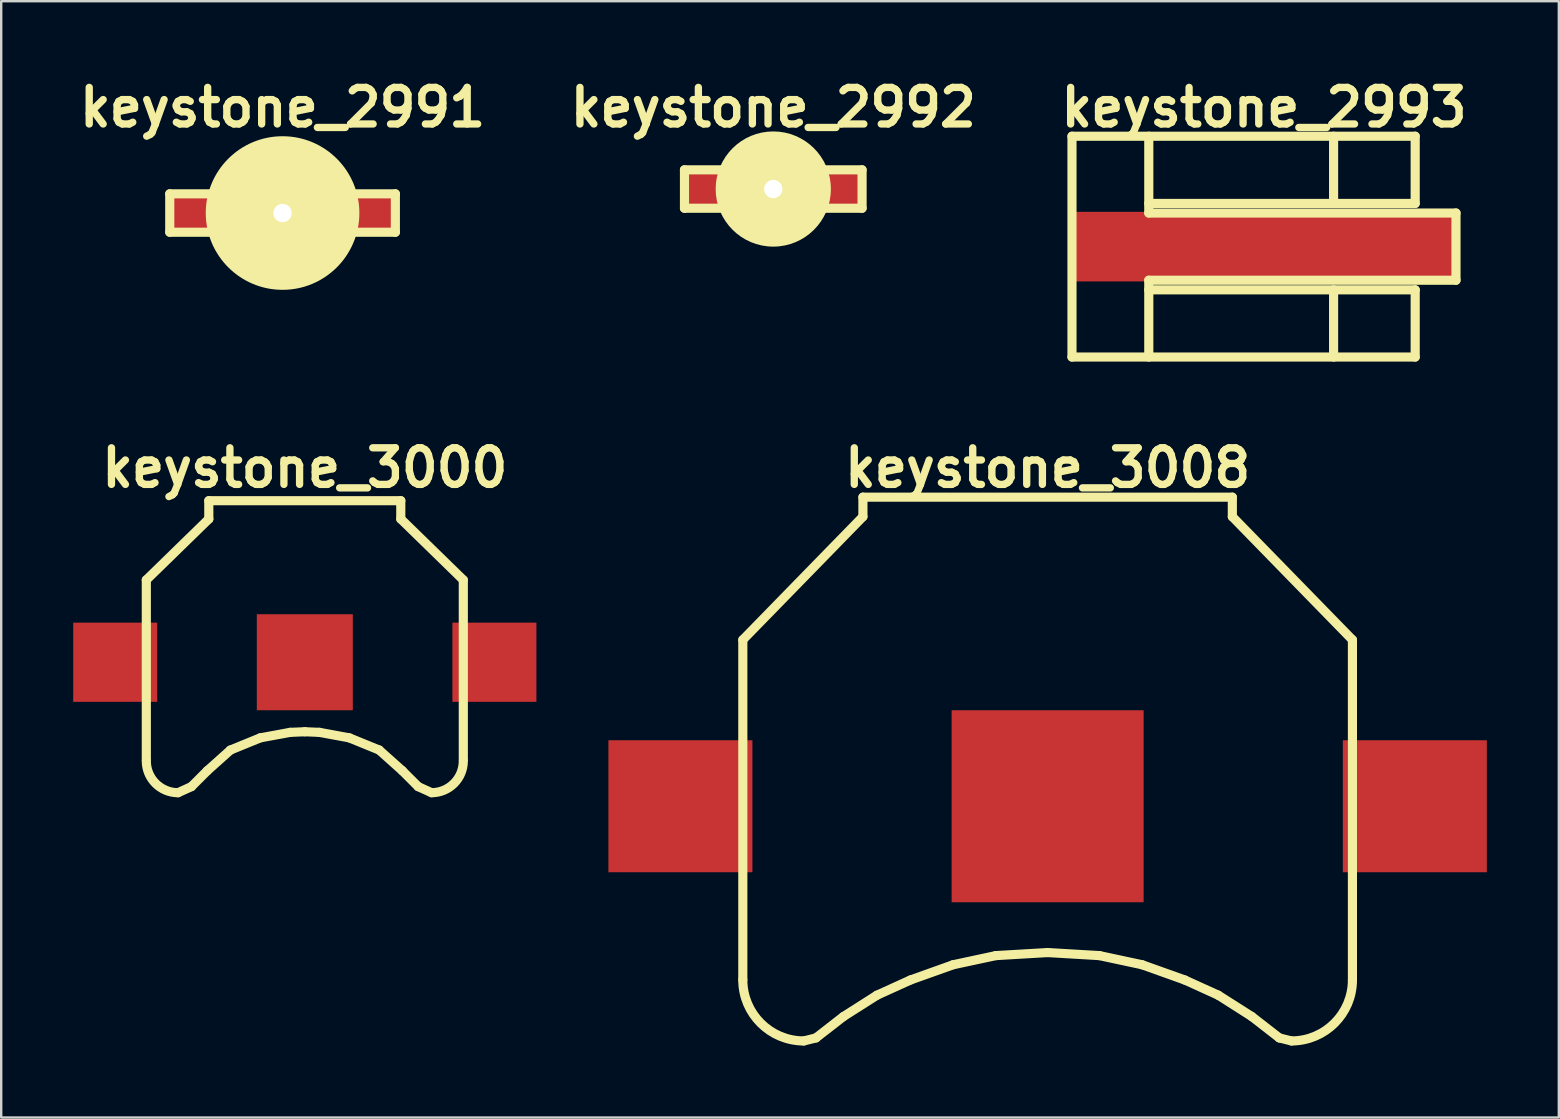
<source format=kicad_pcb>
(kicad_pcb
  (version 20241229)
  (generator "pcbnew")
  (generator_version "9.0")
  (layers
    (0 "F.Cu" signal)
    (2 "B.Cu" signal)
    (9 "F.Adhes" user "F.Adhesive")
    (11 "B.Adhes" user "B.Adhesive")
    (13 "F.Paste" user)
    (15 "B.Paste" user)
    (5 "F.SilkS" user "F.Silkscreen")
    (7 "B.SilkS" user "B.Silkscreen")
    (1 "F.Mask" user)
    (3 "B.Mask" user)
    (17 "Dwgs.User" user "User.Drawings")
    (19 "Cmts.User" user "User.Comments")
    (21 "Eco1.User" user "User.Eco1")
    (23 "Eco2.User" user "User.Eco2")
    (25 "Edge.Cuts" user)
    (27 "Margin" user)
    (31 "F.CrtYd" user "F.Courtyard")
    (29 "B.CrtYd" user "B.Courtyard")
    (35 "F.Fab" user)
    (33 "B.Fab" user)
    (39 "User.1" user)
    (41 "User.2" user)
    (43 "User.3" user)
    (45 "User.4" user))
  (footprint "keystone_2993"
    (layer "F.Cu")
    (at 49.615 7.226)
    (property "Reference" "keystone_2993" (at 0 -5.8 0) (layer "F.SilkS") (effects (font (size 1.524 1.524) (thickness 0.305))))
    (attr smd)
    (fp_line (start -8 -4.6) (end -8 4.6) (stroke (width 0.381) (type solid)) (layer "F.SilkS"))
    (fp_line (start -8 -4.6) (end 6.3 -4.6) (stroke (width 0.381) (type solid)) (layer "F.SilkS"))
    (fp_line (start -4.8 -1.4) (end -4.8 -4.6) (stroke (width 0.381) (type solid)) (layer "F.SilkS"))
    (fp_line (start -4.8 -1.4) (end 8 -1.4) (stroke (width 0.381) (type solid)) (layer "F.SilkS"))
    (fp_line (start -4.8 1.4) (end -4.8 4.6) (stroke (width 0.381) (type solid)) (layer "F.SilkS"))
    (fp_line (start 2.9 -1.8) (end 2.9 -4.6) (stroke (width 0.381) (type solid)) (layer "F.SilkS"))
    (fp_line (start 2.9 1.8) (end 2.9 4.6) (stroke (width 0.381) (type solid)) (layer "F.SilkS"))
    (fp_line (start 6.3 -4.6) (end 6.3 -1.8) (stroke (width 0.381) (type solid)) (layer "F.SilkS"))
    (fp_line (start 6.3 -1.8) (end -4.8 -1.8) (stroke (width 0.381) (type solid)) (layer "F.SilkS"))
    (fp_line (start 6.3 1.8) (end -4.8 1.8) (stroke (width 0.381) (type solid)) (layer "F.SilkS"))
    (fp_line (start 6.3 4.6) (end -8 4.6) (stroke (width 0.381) (type solid)) (layer "F.SilkS"))
    (fp_line (start 6.3 4.6) (end 6.3 1.8) (stroke (width 0.381) (type solid)) (layer "F.SilkS"))
    (fp_line (start 8 -1.4) (end 8 1.4) (stroke (width 0.381) (type solid)) (layer "F.SilkS"))
    (fp_line (start 8 1.4) (end -4.8 1.4) (stroke (width 0.381) (type solid)) (layer "F.SilkS"))
    (pad "1" smd rect (at 0 0) (size 16 2.9) (layers "F.Cu" "F.Mask" "F.Paste")))
  (footprint "keystone_3008"
    (layer "F.Cu")
    (at 40.6 30.543)
    (property "Reference" "keystone_3008" (at 0 -14.1 0) (layer "F.SilkS") (effects (font (size 1.524 1.524) (thickness 0.305))))
    (attr smd)
    (fp_line (start -12.7 -6.934) (end -12.7 7.214) (stroke (width 0.381) (type solid)) (layer "F.SilkS"))
    (fp_line (start -10.16 9.779) (end -9.652 9.652) (stroke (width 0.381) (type solid)) (layer "F.SilkS"))
    (fp_line (start -9.652 9.652) (end -8.509 8.763) (stroke (width 0.381) (type solid)) (layer "F.SilkS"))
    (fp_line (start -8.509 8.763) (end -7.112 7.874) (stroke (width 0.381) (type solid)) (layer "F.SilkS"))
    (fp_line (start -7.696 -12.878) (end -7.696 -12.065) (stroke (width 0.381) (type solid)) (layer "F.SilkS"))
    (fp_line (start -7.696 -12.878) (end 7.696 -12.878) (stroke (width 0.381) (type solid)) (layer "F.SilkS"))
    (fp_line (start -7.696 -12.065) (end -12.7 -6.934) (stroke (width 0.381) (type solid)) (layer "F.SilkS"))
    (fp_line (start -7.112 7.874) (end -5.715 7.239) (stroke (width 0.381) (type solid)) (layer "F.SilkS"))
    (fp_line (start -5.715 7.239) (end -3.937 6.604) (stroke (width 0.381) (type solid)) (layer "F.SilkS"))
    (fp_line (start -3.937 6.604) (end -2.159 6.223) (stroke (width 0.381) (type solid)) (layer "F.SilkS"))
    (fp_line (start -2.159 6.223) (end 0 6.096) (stroke (width 0.381) (type solid)) (layer "F.SilkS"))
    (fp_line (start 0 6.096) (end 2.159 6.223) (stroke (width 0.381) (type solid)) (layer "F.SilkS"))
    (fp_line (start 2.159 6.223) (end 3.937 6.604) (stroke (width 0.381) (type solid)) (layer "F.SilkS"))
    (fp_line (start 3.937 6.604) (end 5.715 7.239) (stroke (width 0.381) (type solid)) (layer "F.SilkS"))
    (fp_line (start 5.715 7.239) (end 7.112 7.874) (stroke (width 0.381) (type solid)) (layer "F.SilkS"))
    (fp_line (start 7.112 7.874) (end 8.509 8.763) (stroke (width 0.381) (type solid)) (layer "F.SilkS"))
    (fp_line (start 7.696 -12.878) (end 7.696 -12.065) (stroke (width 0.381) (type solid)) (layer "F.SilkS"))
    (fp_line (start 7.696 -12.065) (end 12.7 -6.934) (stroke (width 0.381) (type solid)) (layer "F.SilkS"))
    (fp_line (start 8.509 8.763) (end 9.652 9.652) (stroke (width 0.381) (type solid)) (layer "F.SilkS"))
    (fp_line (start 9.652 9.652) (end 10.16 9.779) (stroke (width 0.381) (type solid)) (layer "F.SilkS"))
    (fp_line (start 12.7 -6.934) (end 12.7 7.214) (stroke (width 0.381) (type solid)) (layer "F.SilkS"))
    (fp_arc (start -10.16 9.779) (mid -11.956051 9.035051) (end -12.7 7.239) (stroke (width 0.381) (type solid)) (layer "F.SilkS"))
    (fp_arc (start 12.7 7.239) (mid 11.956051 9.035051) (end 10.16 9.779) (stroke (width 0.381) (type solid)) (layer "F.SilkS"))
    (pad "1" smd rect (at -15.3 0) (size 6 5.5) (layers "F.Cu" "F.Mask" "F.Paste"))
    (pad "1" smd rect (at 15.3 0) (size 6 5.5) (layers "F.Cu" "F.Mask" "F.Paste"))
    (pad "2" smd rect (at 0 0) (size 8 8) (layers "F.Cu" "F.Mask" "F.Paste")))
  (footprint "keystone_2992"
    (layer "F.Cu")
    (at 29.169 4.826)
    (property "Reference" "keystone_2992" (at 0 -3.4 0) (layer "F.SilkS") (effects (font (size 1.524 1.524) (thickness 0.305))))
    (attr smd)
    (fp_line (start -3.7 -0.8) (end -3.7 0.8) (stroke (width 0.381) (type solid)) (layer "F.SilkS"))
    (fp_line (start -3.7 -0.8) (end -2 -0.8) (stroke (width 0.381) (type solid)) (layer "F.SilkS"))
    (fp_line (start -3.7 0.8) (end -2 0.8) (stroke (width 0.381) (type solid)) (layer "F.SilkS"))
    (fp_line (start 3.7 -0.8) (end 2 -0.8) (stroke (width 0.381) (type solid)) (layer "F.SilkS"))
    (fp_line (start 3.7 -0.8) (end 3.7 0.8) (stroke (width 0.381) (type solid)) (layer "F.SilkS"))
    (fp_line (start 3.7 0.8) (end 2 0.8) (stroke (width 0.381) (type solid)) (layer "F.SilkS"))
    (pad "" np_thru_hole circle (at 0 0) (size 4.8 4.8) (drill 0.762) (layers "F.SilkS"))
    (pad "1" smd rect (at -2.9 0) (size 1.8 1.8) (layers "F.Cu" "F.Mask" "F.Paste"))
    (pad "1" smd rect (at 2.9 0) (size 1.8 1.8) (layers "F.Cu" "F.Mask" "F.Paste")))
  (footprint "keystone_3000"
    (layer "F.Cu")
    (at 9.65 24.543)
    (property "Reference" "keystone_3000" (at 0 -8.1 0) (layer "F.SilkS") (effects (font (size 1.524 1.524) (thickness 0.305))))
    (attr smd)
    (fp_line (start -6.604 -3.429) (end -6.604 4.064) (stroke (width 0.381) (type solid)) (layer "F.SilkS"))
    (fp_line (start -5.283 5.436) (end -4.724 5.182) (stroke (width 0.381) (type solid)) (layer "F.SilkS"))
    (fp_line (start -4.064 4.521) (end -4.724 5.182) (stroke (width 0.381) (type solid)) (layer "F.SilkS"))
    (fp_line (start -4 -6.731) (end -4 -5.969) (stroke (width 0.381) (type solid)) (layer "F.SilkS"))
    (fp_line (start -4 -6.731) (end 4 -6.731) (stroke (width 0.381) (type solid)) (layer "F.SilkS"))
    (fp_line (start -4 -5.969) (end -6.604 -3.429) (stroke (width 0.381) (type solid)) (layer "F.SilkS"))
    (fp_line (start -3.099 3.658) (end -4.064 4.521) (stroke (width 0.381) (type solid)) (layer "F.SilkS"))
    (fp_line (start -3.099 3.658) (end -1.854 3.15) (stroke (width 0.381) (type solid)) (layer "F.SilkS"))
    (fp_line (start -1.854 3.15) (end -0.61 2.921) (stroke (width 0.381) (type solid)) (layer "F.SilkS"))
    (fp_line (start -0.61 2.921) (end 0 2.896) (stroke (width 0.381) (type solid)) (layer "F.SilkS"))
    (fp_line (start 0 2.896) (end 0.61 2.921) (stroke (width 0.381) (type solid)) (layer "F.SilkS"))
    (fp_line (start 0.61 2.921) (end 1.854 3.15) (stroke (width 0.381) (type solid)) (layer "F.SilkS"))
    (fp_line (start 1.854 3.15) (end 3.099 3.658) (stroke (width 0.381) (type solid)) (layer "F.SilkS"))
    (fp_line (start 3.099 3.658) (end 4.064 4.521) (stroke (width 0.381) (type solid)) (layer "F.SilkS"))
    (fp_line (start 3.999 -6.731) (end 3.999 -5.969) (stroke (width 0.381) (type solid)) (layer "F.SilkS"))
    (fp_line (start 4 -5.969) (end 6.604 -3.429) (stroke (width 0.381) (type solid)) (layer "F.SilkS"))
    (fp_line (start 4.064 4.521) (end 4.724 5.182) (stroke (width 0.381) (type solid)) (layer "F.SilkS"))
    (fp_line (start 4.724 5.182) (end 5.283 5.436) (stroke (width 0.381) (type solid)) (layer "F.SilkS"))
    (fp_line (start 6.604 -3.429) (end 6.604 4.064) (stroke (width 0.381) (type solid)) (layer "F.SilkS"))
    (fp_arc (start -5.2832 5.4356) (mid -6.217147 5.048747) (end -6.604 4.1148) (stroke (width 0.381) (type solid)) (layer "F.SilkS"))
    (fp_arc (start 6.604 4.1148) (mid 6.217147 5.048747) (end 5.2832 5.4356) (stroke (width 0.381) (type solid)) (layer "F.SilkS"))
    (pad "1" smd rect (at -7.9 0) (size 3.5 3.3) (layers "F.Cu" "F.Mask" "F.Paste"))
    (pad "1" smd rect (at 7.9 0) (size 3.5 3.3) (layers "F.Cu" "F.Mask" "F.Paste"))
    (pad "2" smd rect (at 0 0) (size 4 4) (layers "F.Cu" "F.Mask" "F.Paste")))
  (footprint "keystone_2991"
    (layer "F.Cu")
    (at 8.723 5.826)
    (property "Reference" "keystone_2991" (at 0 -4.4 0) (layer "F.SilkS") (effects (font (size 1.524 1.524) (thickness 0.305))))
    (attr smd)
    (fp_line (start -4.7 -0.8) (end -4.7 0.8) (stroke (width 0.381) (type solid)) (layer "F.SilkS"))
    (fp_line (start -4.7 -0.8) (end -3 -0.8) (stroke (width 0.381) (type solid)) (layer "F.SilkS"))
    (fp_line (start -4.7 0.8) (end -3 0.8) (stroke (width 0.381) (type solid)) (layer "F.SilkS"))
    (fp_line (start 4.7 -0.8) (end 3 -0.8) (stroke (width 0.381) (type solid)) (layer "F.SilkS"))
    (fp_line (start 4.7 -0.8) (end 4.7 0.8) (stroke (width 0.381) (type solid)) (layer "F.SilkS"))
    (fp_line (start 4.7 0.8) (end 3 0.8) (stroke (width 0.381) (type solid)) (layer "F.SilkS"))
    (pad "" np_thru_hole circle (at 0 0) (size 6.4 6.4) (drill 0.762) (layers "F.SilkS"))
    (pad "1" smd rect (at -3.9 0) (size 1.8 1.8) (layers "F.Cu" "F.Mask" "F.Paste"))
    (pad "1" smd rect (at 3.9 0) (size 1.8 1.8) (layers "F.Cu" "F.Mask" "F.Paste")))
  (gr_rect
    (start -3 -3)
    (end 61.9 43.513)
    (stroke (width 0.1) (type default))
    (fill no)
    (layer "Edge.Cuts")))
</source>
